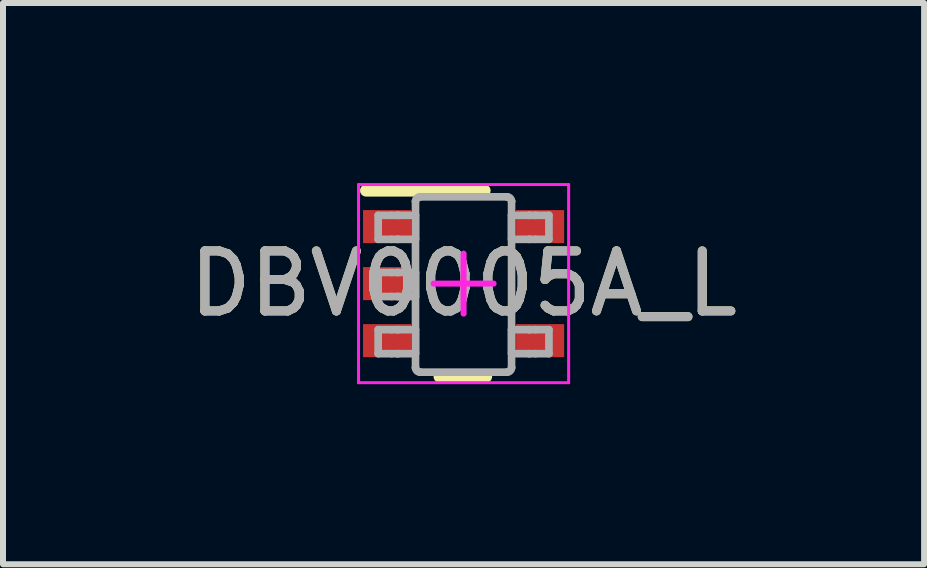
<source format=kicad_pcb>
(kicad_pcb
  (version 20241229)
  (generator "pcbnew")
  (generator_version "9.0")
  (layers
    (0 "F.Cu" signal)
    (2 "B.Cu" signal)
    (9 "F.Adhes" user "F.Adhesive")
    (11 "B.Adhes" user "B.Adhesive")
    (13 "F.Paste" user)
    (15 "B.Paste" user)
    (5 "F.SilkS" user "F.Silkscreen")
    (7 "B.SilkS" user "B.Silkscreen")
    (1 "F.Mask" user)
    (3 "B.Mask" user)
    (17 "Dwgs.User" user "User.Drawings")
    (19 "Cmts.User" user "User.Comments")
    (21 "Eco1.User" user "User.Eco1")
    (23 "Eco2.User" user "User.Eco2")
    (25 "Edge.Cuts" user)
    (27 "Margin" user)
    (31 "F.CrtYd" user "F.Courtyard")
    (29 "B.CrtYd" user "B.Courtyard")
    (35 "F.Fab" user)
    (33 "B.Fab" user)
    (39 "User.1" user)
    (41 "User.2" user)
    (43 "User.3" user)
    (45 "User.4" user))
  (footprint "DBV0005A_L"
    (layer "F.Cu")
    (at 4.673 1.675)
    (property "Reference" "DBV0005A_L" (at 0 0 0) (unlocked yes) (layer "F.SilkS") (effects (font (size 1 1) (thickness 0.15))))
    (attr smd)
    (fp_line (start -1.625 -1.55) (end 0.35 -1.55) (stroke (width 0.2) (type solid)) (layer "F.SilkS"))
    (fp_line (start -0.4 1.55) (end 0.375 1.55) (stroke (width 0.2) (type solid)) (layer "F.SilkS"))
    (fp_line (start -1.75 -1.65) (end 1.75 -1.65) (stroke (width 0.05) (type solid)) (layer "F.CrtYd"))
    (fp_line (start -1.75 1.65) (end -1.75 -1.65) (stroke (width 0.05) (type solid)) (layer "F.CrtYd"))
    (fp_line (start -1.75 1.65) (end 1.75 1.65) (stroke (width 0.05) (type solid)) (layer "F.CrtYd"))
    (fp_line (start -0.5 0) (end 0.5 0) (stroke (width 0.1) (type solid)) (layer "F.CrtYd"))
    (fp_line (start 0 0.5) (end 0 -0.5) (stroke (width 0.1) (type solid)) (layer "F.CrtYd"))
    (fp_line (start 1.75 1.65) (end 1.75 -1.65) (stroke (width 0.05) (type solid)) (layer "F.CrtYd"))
    (fp_line (start -1.423 -1.138) (end -1.199 -1.138) (stroke (width 0.127) (type solid)) (layer "F.Fab"))
    (fp_line (start -1.423 -0.738) (end -1.423 -1.138) (stroke (width 0.127) (type solid)) (layer "F.Fab"))
    (fp_line (start -1.423 -0.738) (end -1.199 -0.738) (stroke (width 0.127) (type solid)) (layer "F.Fab"))
    (fp_line (start -1.423 -0.186) (end -1.199 -0.186) (stroke (width 0.127) (type solid)) (layer "F.Fab"))
    (fp_line (start -1.423 0.215) (end -1.423 -0.186) (stroke (width 0.127) (type solid)) (layer "F.Fab"))
    (fp_line (start -1.423 0.215) (end -1.199 0.215) (stroke (width 0.127) (type solid)) (layer "F.Fab"))
    (fp_line (start -1.423 0.767) (end -1.199 0.767) (stroke (width 0.127) (type solid)) (layer "F.Fab"))
    (fp_line (start -1.423 1.167) (end -1.423 0.767) (stroke (width 0.127) (type solid)) (layer "F.Fab"))
    (fp_line (start -1.423 1.167) (end -1.199 1.167) (stroke (width 0.127) (type solid)) (layer "F.Fab"))
    (fp_line (start -1.199 -1.138) (end -1.105 -1.138) (stroke (width 0.127) (type solid)) (layer "F.Fab"))
    (fp_line (start -1.199 -0.738) (end -1.105 -0.738) (stroke (width 0.127) (type solid)) (layer "F.Fab"))
    (fp_line (start -1.199 -0.186) (end -1.105 -0.186) (stroke (width 0.127) (type solid)) (layer "F.Fab"))
    (fp_line (start -1.199 0.215) (end -1.105 0.215) (stroke (width 0.127) (type solid)) (layer "F.Fab"))
    (fp_line (start -1.199 0.767) (end -1.105 0.767) (stroke (width 0.127) (type solid)) (layer "F.Fab"))
    (fp_line (start -1.199 1.167) (end -1.105 1.167) (stroke (width 0.127) (type solid)) (layer "F.Fab"))
    (fp_line (start -1.105 -1.138) (end -1.088 -1.138) (stroke (width 0.127) (type solid)) (layer "F.Fab"))
    (fp_line (start -1.105 -0.738) (end -1.088 -0.738) (stroke (width 0.127) (type solid)) (layer "F.Fab"))
    (fp_line (start -1.105 -0.186) (end -1.088 -0.186) (stroke (width 0.127) (type solid)) (layer "F.Fab"))
    (fp_line (start -1.105 0.215) (end -1.088 0.215) (stroke (width 0.127) (type solid)) (layer "F.Fab"))
    (fp_line (start -1.105 0.767) (end -1.088 0.767) (stroke (width 0.127) (type solid)) (layer "F.Fab"))
    (fp_line (start -1.105 1.167) (end -1.088 1.167) (stroke (width 0.127) (type solid)) (layer "F.Fab"))
    (fp_line (start -1.088 -1.138) (end -0.835 -1.138) (stroke (width 0.127) (type solid)) (layer "F.Fab"))
    (fp_line (start -1.088 -0.738) (end -0.835 -0.738) (stroke (width 0.127) (type solid)) (layer "F.Fab"))
    (fp_line (start -1.088 -0.186) (end -0.835 -0.186) (stroke (width 0.127) (type solid)) (layer "F.Fab"))
    (fp_line (start -1.088 0.215) (end -0.835 0.215) (stroke (width 0.127) (type solid)) (layer "F.Fab"))
    (fp_line (start -1.088 0.767) (end -0.835 0.767) (stroke (width 0.127) (type solid)) (layer "F.Fab"))
    (fp_line (start -1.088 1.167) (end -0.835 1.167) (stroke (width 0.127) (type solid)) (layer "F.Fab"))
    (fp_line (start -0.835 -1.138) (end -0.801 -1.138) (stroke (width 0.127) (type solid)) (layer "F.Fab"))
    (fp_line (start -0.835 -0.738) (end -0.801 -0.738) (stroke (width 0.127) (type solid)) (layer "F.Fab"))
    (fp_line (start -0.835 -0.186) (end -0.801 -0.186) (stroke (width 0.127) (type solid)) (layer "F.Fab"))
    (fp_line (start -0.835 0.215) (end -0.801 0.215) (stroke (width 0.127) (type solid)) (layer "F.Fab"))
    (fp_line (start -0.835 0.767) (end -0.801 0.767) (stroke (width 0.127) (type solid)) (layer "F.Fab"))
    (fp_line (start -0.835 1.167) (end -0.801 1.167) (stroke (width 0.127) (type solid)) (layer "F.Fab"))
    (fp_line (start -0.801 -1.37) (end -0.801 -1.371) (stroke (width 0.127) (type solid)) (layer "F.Fab"))
    (fp_line (start -0.801 -0.738) (end -0.801 -1.138) (stroke (width 0.127) (type solid)) (layer "F.Fab"))
    (fp_line (start -0.801 0.215) (end -0.801 -0.186) (stroke (width 0.127) (type solid)) (layer "F.Fab"))
    (fp_line (start -0.801 1.167) (end -0.801 0.767) (stroke (width 0.127) (type solid)) (layer "F.Fab"))
    (fp_line (start -0.801 1.399) (end -0.801 -1.37) (stroke (width 0.127) (type solid)) (layer "F.Fab"))
    (fp_line (start -0.801 1.4) (end -0.801 1.399) (stroke (width 0.127) (type solid)) (layer "F.Fab"))
    (fp_line (start -0.725 -1.446) (end -0.725 -1.446) (stroke (width 0.127) (type solid)) (layer "F.Fab"))
    (fp_line (start -0.725 1.475) (end -0.725 1.475) (stroke (width 0.127) (type solid)) (layer "F.Fab"))
    (fp_line (start -0.725 -1.446) (end 0.723 -1.446) (stroke (width 0.127) (type solid)) (layer "F.Fab"))
    (fp_line (start -0.725 1.475) (end 0.723 1.475) (stroke (width 0.127) (type solid)) (layer "F.Fab"))
    (fp_line (start 0.723 -1.446) (end 0.724 -1.446) (stroke (width 0.127) (type solid)) (layer "F.Fab"))
    (fp_line (start 0.723 1.475) (end 0.724 1.475) (stroke (width 0.127) (type solid)) (layer "F.Fab"))
    (fp_line (start 0.799 -1.37) (end 0.799 -1.371) (stroke (width 0.127) (type solid)) (layer "F.Fab"))
    (fp_line (start 0.799 -1.138) (end 0.834 -1.138) (stroke (width 0.127) (type solid)) (layer "F.Fab"))
    (fp_line (start 0.799 -0.738) (end 0.799 -1.138) (stroke (width 0.127) (type solid)) (layer "F.Fab"))
    (fp_line (start 0.799 -0.738) (end 0.834 -0.738) (stroke (width 0.127) (type solid)) (layer "F.Fab"))
    (fp_line (start 0.799 0.767) (end 0.834 0.767) (stroke (width 0.127) (type solid)) (layer "F.Fab"))
    (fp_line (start 0.799 1.167) (end 0.799 0.767) (stroke (width 0.127) (type solid)) (layer "F.Fab"))
    (fp_line (start 0.799 1.167) (end 0.834 1.167) (stroke (width 0.127) (type solid)) (layer "F.Fab"))
    (fp_line (start 0.799 1.399) (end 0.799 -1.37) (stroke (width 0.127) (type solid)) (layer "F.Fab"))
    (fp_line (start 0.799 1.4) (end 0.799 1.399) (stroke (width 0.127) (type solid)) (layer "F.Fab"))
    (fp_line (start 0.834 -1.138) (end 1.087 -1.138) (stroke (width 0.127) (type solid)) (layer "F.Fab"))
    (fp_line (start 0.834 -0.738) (end 1.087 -0.738) (stroke (width 0.127) (type solid)) (layer "F.Fab"))
    (fp_line (start 0.834 0.767) (end 1.087 0.767) (stroke (width 0.127) (type solid)) (layer "F.Fab"))
    (fp_line (start 0.834 1.167) (end 1.087 1.167) (stroke (width 0.127) (type solid)) (layer "F.Fab"))
    (fp_line (start 1.087 -1.138) (end 1.103 -1.138) (stroke (width 0.127) (type solid)) (layer "F.Fab"))
    (fp_line (start 1.087 -0.738) (end 1.103 -0.738) (stroke (width 0.127) (type solid)) (layer "F.Fab"))
    (fp_line (start 1.087 0.767) (end 1.103 0.767) (stroke (width 0.127) (type solid)) (layer "F.Fab"))
    (fp_line (start 1.087 1.167) (end 1.103 1.167) (stroke (width 0.127) (type solid)) (layer "F.Fab"))
    (fp_line (start 1.103 -1.138) (end 1.198 -1.138) (stroke (width 0.127) (type solid)) (layer "F.Fab"))
    (fp_line (start 1.103 -0.738) (end 1.198 -0.738) (stroke (width 0.127) (type solid)) (layer "F.Fab"))
    (fp_line (start 1.103 0.767) (end 1.198 0.767) (stroke (width 0.127) (type solid)) (layer "F.Fab"))
    (fp_line (start 1.103 1.167) (end 1.198 1.167) (stroke (width 0.127) (type solid)) (layer "F.Fab"))
    (fp_line (start 1.198 -1.138) (end 1.422 -1.138) (stroke (width 0.127) (type solid)) (layer "F.Fab"))
    (fp_line (start 1.198 -0.738) (end 1.422 -0.738) (stroke (width 0.127) (type solid)) (layer "F.Fab"))
    (fp_line (start 1.198 0.767) (end 1.422 0.767) (stroke (width 0.127) (type solid)) (layer "F.Fab"))
    (fp_line (start 1.198 1.167) (end 1.422 1.167) (stroke (width 0.127) (type solid)) (layer "F.Fab"))
    (fp_line (start 1.422 -0.738) (end 1.422 -1.138) (stroke (width 0.127) (type solid)) (layer "F.Fab"))
    (fp_line (start 1.422 1.167) (end 1.422 0.767) (stroke (width 0.127) (type solid)) (layer "F.Fab"))
    (fp_arc (start -0.80074 -1.37084) (mid -0.778218 -1.423887) (end -0.724999 -1.445998) (stroke (width 0.127) (type solid)) (layer "F.Fab"))
    (fp_arc (start -0.724999 1.475) (mid -0.778213 1.452901) (end -0.80074 1.399867) (stroke (width 0.127) (type solid)) (layer "F.Fab"))
    (fp_arc (start 0.723714 -1.445998) (mid 0.776933 -1.423887) (end 0.799455 -1.37084) (stroke (width 0.127) (type solid)) (layer "F.Fab"))
    (fp_arc (start 0.799455 1.399868) (mid 0.776927 1.452901) (end 0.723713 1.475) (stroke (width 0.127) (type solid)) (layer "F.Fab"))
    (fp_text user "${REFERENCE}" (at 0 0 0) (unlocked yes) (layer "F.Fab") (effects (font (size 1 1) (thickness 0.15))))
    (pad "1" smd rect (at -1.275 -0.95 90) (size 0.55 0.8) (layers "F.Cu" "F.Mask" "F.Paste"))
    (pad "2" smd rect (at -1.275 0 90) (size 0.55 0.8) (layers "F.Cu" "F.Mask" "F.Paste"))
    (pad "3" smd rect (at -1.275 0.95 90) (size 0.55 0.8) (layers "F.Cu" "F.Mask" "F.Paste"))
    (pad "4" smd rect (at 1.275 0.95 90) (size 0.55 0.8) (layers "F.Cu" "F.Mask" "F.Paste"))
    (pad "5" smd rect (at 1.275 -0.95 90) (size 0.55 0.8) (layers "F.Cu" "F.Mask" "F.Paste")))
  (gr_rect
    (start -3 -3)
    (end 12.345 6.35)
    (stroke (width 0.1) (type default))
    (fill no)
    (layer "Edge.Cuts")))
</source>
